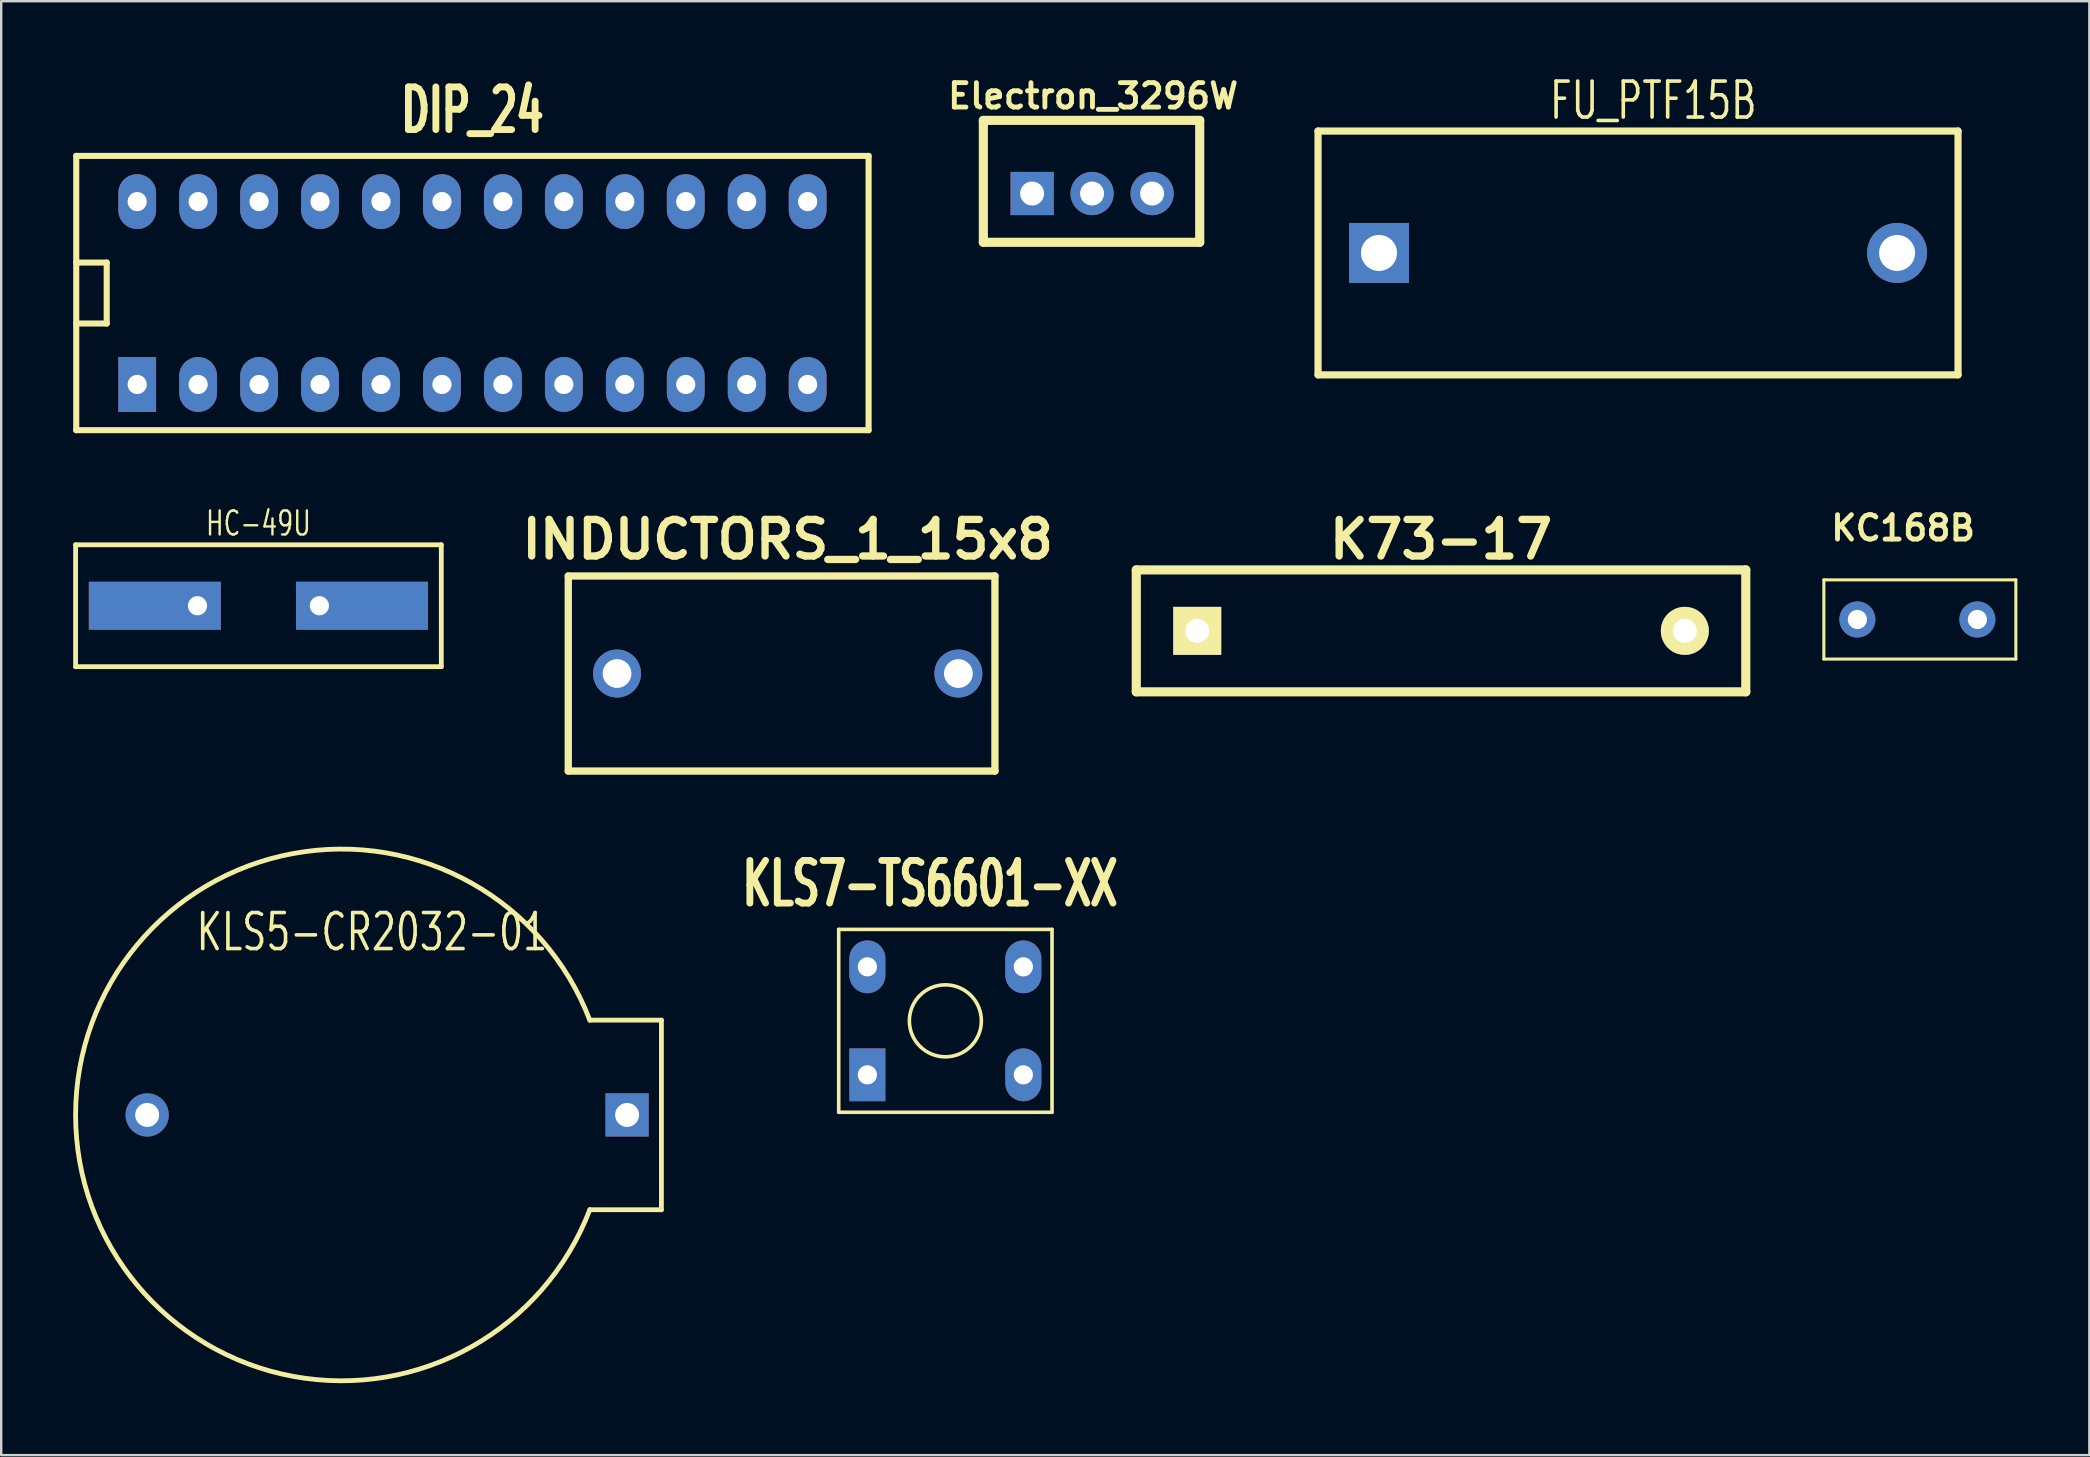
<source format=kicad_pcb>
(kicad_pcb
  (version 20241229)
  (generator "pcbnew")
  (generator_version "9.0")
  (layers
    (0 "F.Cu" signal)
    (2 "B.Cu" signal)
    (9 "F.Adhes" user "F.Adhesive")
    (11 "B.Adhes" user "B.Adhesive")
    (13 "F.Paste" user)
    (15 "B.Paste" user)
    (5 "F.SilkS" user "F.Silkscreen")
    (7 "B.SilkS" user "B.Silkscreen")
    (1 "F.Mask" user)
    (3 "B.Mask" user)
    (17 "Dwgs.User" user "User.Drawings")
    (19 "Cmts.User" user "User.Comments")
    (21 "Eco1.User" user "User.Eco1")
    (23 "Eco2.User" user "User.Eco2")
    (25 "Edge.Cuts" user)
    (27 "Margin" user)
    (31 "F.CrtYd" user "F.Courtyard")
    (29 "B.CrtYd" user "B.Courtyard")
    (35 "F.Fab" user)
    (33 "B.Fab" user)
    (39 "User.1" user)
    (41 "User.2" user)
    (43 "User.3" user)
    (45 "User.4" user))
  (footprint "KC168B"
    (layer "F.Cu")
    (at 74.353 22.765)
    (property "Reference" "KC168B" (at 1.905 -3.81 0) (layer "F.SilkS") (effects (font (size 1.016 1.016) (thickness 0.203))))
    (attr through_hole)
    (fp_line (start -1.397 -1.651) (end -1.397 1.651) (stroke (width 0.127) (type solid)) (layer "F.SilkS"))
    (fp_line (start -1.397 -1.651) (end 6.604 -1.651) (stroke (width 0.127) (type solid)) (layer "F.SilkS"))
    (fp_line (start -1.397 1.651) (end 6.604 1.651) (stroke (width 0.127) (type solid)) (layer "F.SilkS"))
    (fp_line (start 6.604 1.651) (end 6.604 -1.651) (stroke (width 0.127) (type solid)) (layer "F.SilkS"))
    (pad "1" thru_hole circle (at 0 0) (size 1.501 1.501) (drill 0.8) (layers "*.Cu" "*.Mask"))
    (pad "2" thru_hole circle (at 5.001 0) (size 1.501 1.501) (drill 0.8) (layers "*.Cu" "*.Mask")))
  (footprint "DIP_24"
    (layer "F.Cu")
    (at 16.637 9.162)
    (property "Reference" "DIP_24" (at 0 -7.62 0) (layer "F.SilkS") (effects (font (size 1.778 1.143) (thickness 0.287))))
    (attr through_hole)
    (fp_line (start -16.51 -5.715) (end 16.51 -5.715) (stroke (width 0.254) (type solid)) (layer "F.SilkS"))
    (fp_line (start -16.51 -1.27) (end -15.24 -1.27) (stroke (width 0.254) (type solid)) (layer "F.SilkS"))
    (fp_line (start -16.51 5.715) (end -16.51 -5.715) (stroke (width 0.254) (type solid)) (layer "F.SilkS"))
    (fp_line (start -15.24 -1.27) (end -15.24 1.27) (stroke (width 0.254) (type solid)) (layer "F.SilkS"))
    (fp_line (start -15.24 1.27) (end -16.51 1.27) (stroke (width 0.254) (type solid)) (layer "F.SilkS"))
    (fp_line (start 16.51 5.715) (end -16.51 5.715) (stroke (width 0.254) (type solid)) (layer "F.SilkS"))
    (fp_line (start 16.51 5.715) (end 16.51 -5.715) (stroke (width 0.254) (type solid)) (layer "F.SilkS"))
    (pad "1" thru_hole rect (at -13.97 3.81) (size 1.575 2.286) (drill 0.8) (layers "*.Cu" "*.Mask"))
    (pad "2" thru_hole oval (at -11.43 3.81) (size 1.575 2.286) (drill 0.8) (layers "*.Cu" "*.Mask"))
    (pad "3" thru_hole oval (at -8.89 3.81) (size 1.575 2.286) (drill 0.8) (layers "*.Cu" "*.Mask"))
    (pad "4" thru_hole oval (at -6.35 3.81) (size 1.575 2.286) (drill 0.8) (layers "*.Cu" "*.Mask"))
    (pad "5" thru_hole oval (at -3.81 3.81) (size 1.575 2.286) (drill 0.8) (layers "*.Cu" "*.Mask"))
    (pad "6" thru_hole oval (at -1.27 3.81) (size 1.575 2.286) (drill 0.8) (layers "*.Cu" "*.Mask"))
    (pad "7" thru_hole oval (at 1.27 3.81) (size 1.575 2.286) (drill 0.8) (layers "*.Cu" "*.Mask"))
    (pad "8" thru_hole oval (at 3.81 3.81) (size 1.575 2.286) (drill 0.8) (layers "*.Cu" "*.Mask"))
    (pad "9" thru_hole oval (at 6.35 3.81) (size 1.575 2.286) (drill 0.8) (layers "*.Cu" "*.Mask"))
    (pad "10" thru_hole oval (at 8.89 3.81) (size 1.575 2.286) (drill 0.8) (layers "*.Cu" "*.Mask"))
    (pad "11" thru_hole oval (at 11.43 3.81) (size 1.575 2.286) (drill 0.8) (layers "*.Cu" "*.Mask"))
    (pad "12" thru_hole oval (at 13.97 3.81) (size 1.575 2.286) (drill 0.8) (layers "*.Cu" "*.Mask"))
    (pad "13" thru_hole oval (at 13.97 -3.81) (size 1.575 2.286) (drill 0.8) (layers "*.Cu" "*.Mask"))
    (pad "14" thru_hole oval (at 11.43 -3.81) (size 1.575 2.286) (drill 0.8) (layers "*.Cu" "*.Mask"))
    (pad "15" thru_hole oval (at 8.89 -3.81) (size 1.575 2.286) (drill 0.8) (layers "*.Cu" "*.Mask"))
    (pad "16" thru_hole oval (at 6.35 -3.81) (size 1.575 2.286) (drill 0.8) (layers "*.Cu" "*.Mask"))
    (pad "17" thru_hole oval (at 3.81 -3.81) (size 1.575 2.286) (drill 0.8) (layers "*.Cu" "*.Mask"))
    (pad "18" thru_hole oval (at 1.27 -3.81) (size 1.575 2.286) (drill 0.8) (layers "*.Cu" "*.Mask"))
    (pad "19" thru_hole oval (at -1.27 -3.81) (size 1.575 2.286) (drill 0.8) (layers "*.Cu" "*.Mask"))
    (pad "20" thru_hole oval (at -3.81 -3.81) (size 1.575 2.286) (drill 0.8) (layers "*.Cu" "*.Mask"))
    (pad "21" thru_hole oval (at -6.35 -3.81) (size 1.575 2.286) (drill 0.8) (layers "*.Cu" "*.Mask"))
    (pad "22" thru_hole oval (at -8.89 -3.81) (size 1.575 2.286) (drill 0.8) (layers "*.Cu" "*.Mask"))
    (pad "23" thru_hole oval (at -11.43 -3.81) (size 1.575 2.286) (drill 0.8) (layers "*.Cu" "*.Mask"))
    (pad "24" thru_hole oval (at -13.97 -3.81) (size 1.575 2.286) (drill 0.8) (layers "*.Cu" "*.Mask")))
  (footprint "KLS7-TS6601-XX"
    (layer "F.Cu")
    (at 36.346 39.491)
    (property "Reference" "KLS7-TS6601-XX" (at -0.635 -5.715 0) (layer "F.SilkS") (effects (font (size 1.778 1.143) (thickness 0.286))))
    (attr through_hole)
    (fp_line (start -4.445 -3.81) (end 4.445 -3.81) (stroke (width 0.15) (type solid)) (layer "F.SilkS"))
    (fp_line (start -4.445 3.81) (end -4.445 -3.81) (stroke (width 0.15) (type solid)) (layer "F.SilkS"))
    (fp_line (start 4.445 -3.81) (end 4.445 3.81) (stroke (width 0.15) (type solid)) (layer "F.SilkS"))
    (fp_line (start 4.445 3.81) (end -4.445 3.81) (stroke (width 0.15) (type solid)) (layer "F.SilkS"))
    (fp_circle (center 0 0) (end 1.5 0) (stroke (width 0.15) (type solid)) (fill no) (layer "F.SilkS"))
    (pad "1" thru_hole rect (at -3.25 2.25) (size 1.5 2.2) (drill 0.8) (layers "*.Cu" "*.Mask"))
    (pad "2" thru_hole oval (at 3.25 2.25) (size 1.5 2.2) (drill 0.8) (layers "*.Cu" "*.Mask"))
    (pad "3" thru_hole oval (at 3.25 -2.25) (size 1.5 2.2) (drill 0.8) (layers "*.Cu" "*.Mask"))
    (pad "4" thru_hole oval (at -3.25 -2.25) (size 1.5 2.2) (drill 0.8) (layers "*.Cu" "*.Mask")))
  (footprint "KLS5-CR2032-01"
    (layer "F.Cu")
    (at 13.083 43.413)
    (property "Reference" "KLS5-CR2032-01" (at -0.635 -7.62 0) (layer "F.SilkS") (effects (font (size 1.5 1.05) (thickness 0.15))))
    (attr through_hole)
    (fp_line (start 8.445 -3.95) (end 11.43 -3.95) (stroke (width 0.2) (type solid)) (layer "F.SilkS"))
    (fp_line (start 8.445 3.95) (end 11.43 3.95) (stroke (width 0.2) (type solid)) (layer "F.SilkS"))
    (fp_line (start 11.43 3.95) (end 11.43 -3.95) (stroke (width 0.2) (type solid)) (layer "F.SilkS"))
    (fp_arc (start 8.444999 3.95) (mid -12.983131 0) (end 8.444999 -3.949999) (stroke (width 0.2) (type solid)) (layer "F.SilkS"))
    (pad "1" thru_hole rect (at 10 0) (size 1.8 1.8) (drill 1) (layers "*.Cu" "*.Mask"))
    (pad "2" thru_hole circle (at -10 0) (size 1.8 1.8) (drill 1) (layers "*.Cu" "*.Mask")))
  (footprint "HC-49U"
    (layer "F.Cu")
    (at 7.72 22.193)
    (property "Reference" "HC-49U" (at 0 -3.429 0) (layer "F.SilkS") (effects (font (size 1 0.7) (thickness 0.1))))
    (attr through_hole)
    (fp_line (start -7.62 -2.54) (end 7.62 -2.54) (stroke (width 0.2) (type solid)) (layer "F.SilkS"))
    (fp_line (start -7.62 2.54) (end -7.62 -2.54) (stroke (width 0.2) (type solid)) (layer "F.SilkS"))
    (fp_line (start 7.62 -2.54) (end 7.62 2.54) (stroke (width 0.2) (type solid)) (layer "F.SilkS"))
    (fp_line (start 7.62 2.54) (end -7.62 2.54) (stroke (width 0.2) (type solid)) (layer "F.SilkS"))
    (pad "1" thru_hole trapezoid (at -2.54 0) (size 5.5 2) (drill 0.8 (offset -1.778 0)) (layers "*.Cu" "*.Mask"))
    (pad "2" thru_hole trapezoid (at 2.54 0) (size 5.5 2) (drill 0.8 (offset 1.778 0)) (layers "*.Cu" "*.Mask")))
  (footprint "Electron_3296W"
    (layer "F.Cu")
    (at 39.961 5.015)
    (property "Reference" "Electron_3296W" (at 2.54 -4.064 0) (layer "F.SilkS") (effects (font (size 1.016 1.016) (thickness 0.203))))
    (attr through_hole)
    (fp_line (start -2.032 -3.048) (end 6.985 -3.048) (stroke (width 0.381) (type solid)) (layer "F.SilkS"))
    (fp_line (start -2.032 2.032) (end -2.032 -3.048) (stroke (width 0.381) (type solid)) (layer "F.SilkS"))
    (fp_line (start 6.985 2.032) (end -2.032 2.032) (stroke (width 0.381) (type solid)) (layer "F.SilkS"))
    (fp_line (start 6.985 2.032) (end 6.985 -3.048) (stroke (width 0.381) (type solid)) (layer "F.SilkS"))
    (pad "1" thru_hole rect (at 0 0) (size 1.801 1.801) (drill 1) (layers "*.Cu" "*.Mask"))
    (pad "2" thru_hole circle (at 2.499 0) (size 1.801 1.801) (drill 1) (layers "*.Cu" "*.Mask"))
    (pad "3" thru_hole circle (at 5.001 0) (size 1.801 1.801) (drill 1) (layers "*.Cu" "*.Mask")))
  (footprint "INDUCTORS_1_15x8"
    (layer "F.Cu")
    (at 29.776 25.018)
    (property "Reference" "INDUCTORS_1_15x8" (at 0 -5.588 0) (layer "F.SilkS") (effects (font (size 1.524 1.524) (thickness 0.305))))
    (attr through_hole)
    (fp_line (start -9.144 -4.064) (end -9.144 4.064) (stroke (width 0.305) (type solid)) (layer "F.SilkS"))
    (fp_line (start -9.144 -4.064) (end 8.636 -4.064) (stroke (width 0.305) (type solid)) (layer "F.SilkS"))
    (fp_line (start 8.636 -4.064) (end 8.636 4.064) (stroke (width 0.305) (type solid)) (layer "F.SilkS"))
    (fp_line (start 8.636 4.064) (end -9.144 4.064) (stroke (width 0.305) (type solid)) (layer "F.SilkS"))
    (pad "1" thru_hole circle (at -7.112 0) (size 2 2) (drill 1.2) (layers "*.Cu" "*.Mask"))
    (pad "2" thru_hole circle (at 7.112 0) (size 2 2) (drill 1.2) (layers "*.Cu" "*.Mask")))
  (footprint "FU_PTF15B"
    (layer "F.Cu")
    (at 59.497 7.491)
    (property "Reference" "FU_PTF15B" (at 6.35 -6.35 0) (layer "F.SilkS") (effects (font (size 1.5 1.05) (thickness 0.15))))
    (attr through_hole)
    (fp_line (start -7.62 -5.08) (end -7.62 5.08) (stroke (width 0.3) (type solid)) (layer "F.SilkS"))
    (fp_line (start -7.62 -5.08) (end 19.05 -5.08) (stroke (width 0.3) (type solid)) (layer "F.SilkS"))
    (fp_line (start -7.62 5.08) (end 19.05 5.08) (stroke (width 0.3) (type solid)) (layer "F.SilkS"))
    (fp_line (start 19.05 -5.08) (end 19.05 5.08) (stroke (width 0.3) (type solid)) (layer "F.SilkS"))
    (pad "1" thru_hole rect (at -5.08 0) (size 2.5 2.5) (drill 1.5) (layers "*.Cu" "*.Mask"))
    (pad "2" thru_hole circle (at 16.51 0) (size 2.5 2.5) (drill 1.5) (layers "*.Cu" "*.Mask")))
  (footprint "K73-17"
    (layer "F.Cu")
    (at 46.842 23.24)
    (property "Reference" "K73-17" (at 10.16 -3.81 0) (layer "F.SilkS") (effects (font (size 1.524 1.524) (thickness 0.305))))
    (attr through_hole)
    (fp_line (start -2.54 -2.54) (end -2.54 2.54) (stroke (width 0.381) (type solid)) (layer "F.SilkS"))
    (fp_line (start -2.54 2.54) (end 22.86 2.54) (stroke (width 0.381) (type solid)) (layer "F.SilkS"))
    (fp_line (start 22.86 -2.54) (end -2.54 -2.54) (stroke (width 0.381) (type solid)) (layer "F.SilkS"))
    (fp_line (start 22.86 -2.54) (end 22.86 2.54) (stroke (width 0.381) (type solid)) (layer "F.SilkS"))
    (pad "1" thru_hole rect (at 0 0) (size 1.999 1.999) (drill 1.001) (layers "*.Cu" "*.Mask" "F.SilkS"))
    (pad "2" thru_hole circle (at 20.32 0) (size 1.999 1.999) (drill 1.001) (layers "*.Cu" "*.Mask" "F.SilkS")))
  (gr_rect
    (start -3 -3)
    (end 84.02 57.591)
    (stroke (width 0.1) (type default))
    (fill no)
    (layer "Edge.Cuts")))
</source>
